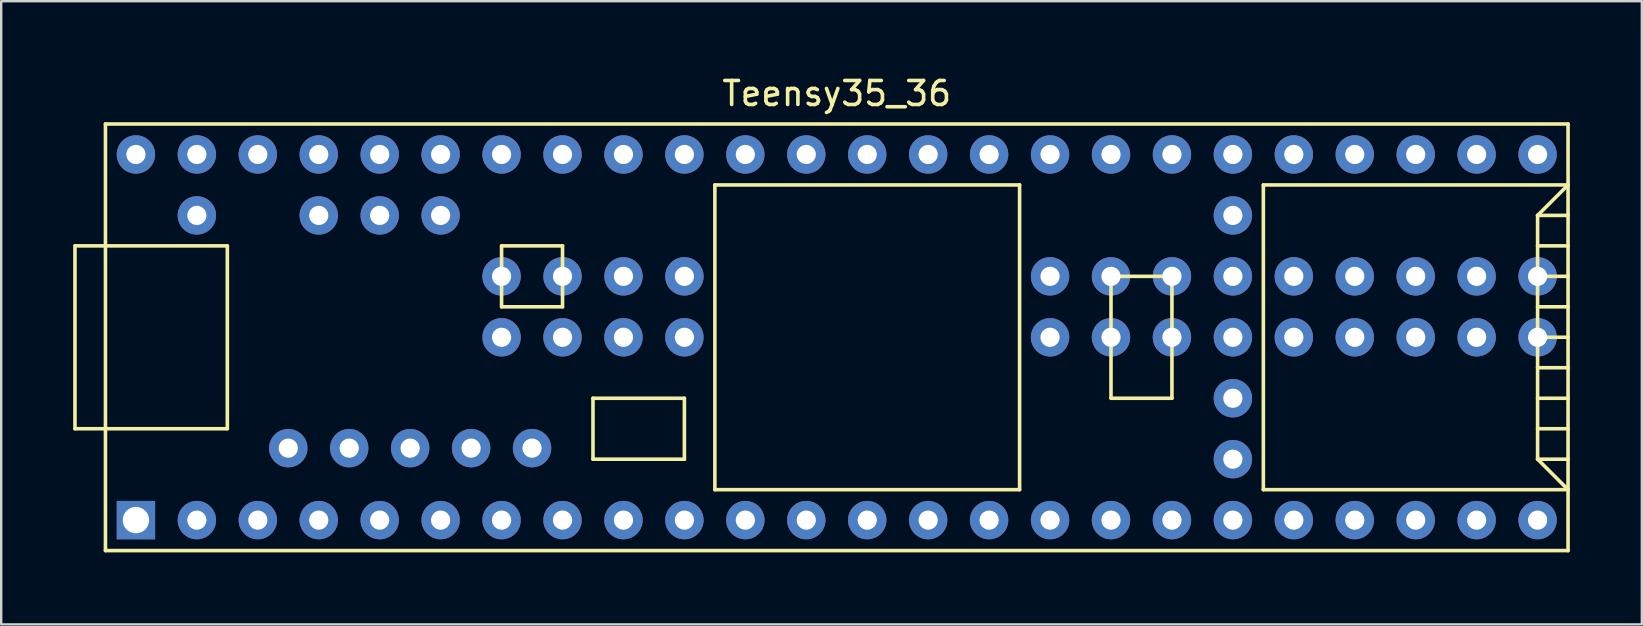
<source format=kicad_pcb>
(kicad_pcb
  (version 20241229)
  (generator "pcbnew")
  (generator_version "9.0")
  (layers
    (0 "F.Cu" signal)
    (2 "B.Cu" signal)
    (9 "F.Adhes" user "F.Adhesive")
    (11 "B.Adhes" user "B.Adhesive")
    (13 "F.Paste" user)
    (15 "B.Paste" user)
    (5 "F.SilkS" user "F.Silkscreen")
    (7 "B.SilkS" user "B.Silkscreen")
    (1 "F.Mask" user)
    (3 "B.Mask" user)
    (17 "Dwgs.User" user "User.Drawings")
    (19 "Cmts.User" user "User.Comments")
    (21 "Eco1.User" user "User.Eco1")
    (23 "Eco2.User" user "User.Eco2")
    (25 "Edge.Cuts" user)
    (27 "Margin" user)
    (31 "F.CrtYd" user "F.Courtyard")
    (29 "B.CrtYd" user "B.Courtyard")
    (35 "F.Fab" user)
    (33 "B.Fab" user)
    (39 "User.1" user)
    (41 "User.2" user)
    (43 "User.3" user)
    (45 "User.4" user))
  (footprint "Teensy35_36"
    (layer "F.Cu")
    (at 31.825 11.008)
    (property "Reference" "Teensy35_36" (at 0 -10.16 0) (layer "F.SilkS") (effects (font (size 1 1) (thickness 0.15))))
    (attr through_hole)
    (fp_line (start -31.75 -3.81) (end -30.48 -3.81) (stroke (width 0.15) (type solid)) (layer "F.SilkS"))
    (fp_line (start -31.75 3.81) (end -31.75 -3.81) (stroke (width 0.15) (type solid)) (layer "F.SilkS"))
    (fp_line (start -30.48 3.81) (end -31.75 3.81) (stroke (width 0.15) (type solid)) (layer "F.SilkS"))
    (fp_line (start -30.48 8.89) (end -30.48 -8.89) (stroke (width 0.15) (type solid)) (layer "F.SilkS"))
    (fp_line (start -30.48 8.89) (end 30.48 8.89) (stroke (width 0.15) (type solid)) (layer "F.SilkS"))
    (fp_line (start -25.4 -3.81) (end -30.48 -3.81) (stroke (width 0.15) (type solid)) (layer "F.SilkS"))
    (fp_line (start -25.4 3.81) (end -30.48 3.81) (stroke (width 0.15) (type solid)) (layer "F.SilkS"))
    (fp_line (start -25.4 3.81) (end -25.4 -3.81) (stroke (width 0.15) (type solid)) (layer "F.SilkS"))
    (fp_line (start -13.97 -3.81) (end -13.97 -1.27) (stroke (width 0.15) (type solid)) (layer "F.SilkS"))
    (fp_line (start -13.97 -1.27) (end -11.43 -1.27) (stroke (width 0.15) (type solid)) (layer "F.SilkS"))
    (fp_line (start -11.43 -3.81) (end -13.97 -3.81) (stroke (width 0.15) (type solid)) (layer "F.SilkS"))
    (fp_line (start -11.43 -1.27) (end -11.43 -3.81) (stroke (width 0.15) (type solid)) (layer "F.SilkS"))
    (fp_line (start -10.16 2.54) (end -6.35 2.54) (stroke (width 0.15) (type solid)) (layer "F.SilkS"))
    (fp_line (start -10.16 5.08) (end -10.16 2.54) (stroke (width 0.15) (type solid)) (layer "F.SilkS"))
    (fp_line (start -6.35 2.54) (end -6.35 5.08) (stroke (width 0.15) (type solid)) (layer "F.SilkS"))
    (fp_line (start -6.35 5.08) (end -10.16 5.08) (stroke (width 0.15) (type solid)) (layer "F.SilkS"))
    (fp_line (start -5.08 -6.35) (end -5.08 6.35) (stroke (width 0.15) (type solid)) (layer "F.SilkS"))
    (fp_line (start -5.08 -6.35) (end 7.62 -6.35) (stroke (width 0.15) (type solid)) (layer "F.SilkS"))
    (fp_line (start -5.08 6.35) (end 7.62 6.35) (stroke (width 0.15) (type solid)) (layer "F.SilkS"))
    (fp_line (start 7.62 6.35) (end 7.62 -6.35) (stroke (width 0.15) (type solid)) (layer "F.SilkS"))
    (fp_line (start 11.43 -2.54) (end 13.97 -2.54) (stroke (width 0.15) (type solid)) (layer "F.SilkS"))
    (fp_line (start 11.43 2.54) (end 11.43 -2.54) (stroke (width 0.15) (type solid)) (layer "F.SilkS"))
    (fp_line (start 13.97 -2.54) (end 13.97 2.54) (stroke (width 0.15) (type solid)) (layer "F.SilkS"))
    (fp_line (start 13.97 2.54) (end 11.43 2.54) (stroke (width 0.15) (type solid)) (layer "F.SilkS"))
    (fp_line (start 17.78 -6.35) (end 17.78 6.35) (stroke (width 0.15) (type solid)) (layer "F.SilkS"))
    (fp_line (start 17.78 6.35) (end 30.48 6.35) (stroke (width 0.15) (type solid)) (layer "F.SilkS"))
    (fp_line (start 29.21 -5.08) (end 30.48 -6.35) (stroke (width 0.15) (type solid)) (layer "F.SilkS"))
    (fp_line (start 29.21 -5.08) (end 30.48 -5.08) (stroke (width 0.15) (type solid)) (layer "F.SilkS"))
    (fp_line (start 29.21 -3.81) (end 30.48 -3.81) (stroke (width 0.15) (type solid)) (layer "F.SilkS"))
    (fp_line (start 29.21 -2.54) (end 30.48 -2.54) (stroke (width 0.15) (type solid)) (layer "F.SilkS"))
    (fp_line (start 29.21 -1.27) (end 30.48 -1.27) (stroke (width 0.15) (type solid)) (layer "F.SilkS"))
    (fp_line (start 29.21 0) (end 30.48 0) (stroke (width 0.15) (type solid)) (layer "F.SilkS"))
    (fp_line (start 29.21 1.27) (end 30.48 1.27) (stroke (width 0.15) (type solid)) (layer "F.SilkS"))
    (fp_line (start 29.21 2.54) (end 30.48 2.54) (stroke (width 0.15) (type solid)) (layer "F.SilkS"))
    (fp_line (start 29.21 3.81) (end 30.48 3.81) (stroke (width 0.15) (type solid)) (layer "F.SilkS"))
    (fp_line (start 29.21 5.08) (end 29.21 -5.08) (stroke (width 0.15) (type solid)) (layer "F.SilkS"))
    (fp_line (start 29.21 5.08) (end 30.48 5.08) (stroke (width 0.15) (type solid)) (layer "F.SilkS"))
    (fp_line (start 30.48 -8.89) (end -30.48 -8.89) (stroke (width 0.15) (type solid)) (layer "F.SilkS"))
    (fp_line (start 30.48 -8.89) (end 30.48 8.89) (stroke (width 0.15) (type solid)) (layer "F.SilkS"))
    (fp_line (start 30.48 -6.35) (end 17.78 -6.35) (stroke (width 0.15) (type solid)) (layer "F.SilkS"))
    (fp_line (start 30.48 6.35) (end 29.21 5.08) (stroke (width 0.15) (type solid)) (layer "F.SilkS"))
    (pad "1" thru_hole rect (at -29.21 7.62) (size 1.6 1.6) (drill 1.1) (layers "*.Cu" "*.Mask"))
    (pad "2" thru_hole circle (at -26.67 7.62) (size 1.6 1.6) (drill 0.8) (layers "*.Cu" "*.Mask"))
    (pad "3" thru_hole circle (at -24.13 7.62) (size 1.6 1.6) (drill 0.8) (layers "*.Cu" "*.Mask"))
    (pad "4" thru_hole circle (at -21.59 7.62) (size 1.6 1.6) (drill 0.8) (layers "*.Cu" "*.Mask"))
    (pad "5" thru_hole circle (at -19.05 7.62) (size 1.6 1.6) (drill 0.8) (layers "*.Cu" "*.Mask"))
    (pad "6" thru_hole circle (at -16.51 7.62) (size 1.6 1.6) (drill 0.8) (layers "*.Cu" "*.Mask"))
    (pad "7" thru_hole circle (at -13.97 7.62) (size 1.6 1.6) (drill 0.8) (layers "*.Cu" "*.Mask"))
    (pad "8" thru_hole circle (at -11.43 7.62) (size 1.6 1.6) (drill 0.8) (layers "*.Cu" "*.Mask"))
    (pad "9" thru_hole circle (at -8.89 7.62) (size 1.6 1.6) (drill 0.8) (layers "*.Cu" "*.Mask"))
    (pad "10" thru_hole circle (at -6.35 7.62) (size 1.6 1.6) (drill 0.8) (layers "*.Cu" "*.Mask"))
    (pad "11" thru_hole circle (at -3.81 7.62) (size 1.6 1.6) (drill 0.8) (layers "*.Cu" "*.Mask"))
    (pad "12" thru_hole circle (at -1.27 7.62) (size 1.6 1.6) (drill 0.8) (layers "*.Cu" "*.Mask"))
    (pad "13" thru_hole circle (at 1.27 7.62) (size 1.6 1.6) (drill 0.8) (layers "*.Cu" "*.Mask"))
    (pad "14" thru_hole circle (at 3.81 7.62) (size 1.6 1.6) (drill 0.8) (layers "*.Cu" "*.Mask"))
    (pad "15" thru_hole circle (at 6.35 7.62) (size 1.6 1.6) (drill 0.8) (layers "*.Cu" "*.Mask"))
    (pad "16" thru_hole circle (at 8.89 7.62) (size 1.6 1.6) (drill 0.8) (layers "*.Cu" "*.Mask"))
    (pad "17" thru_hole circle (at 11.43 7.62) (size 1.6 1.6) (drill 0.8) (layers "*.Cu" "*.Mask"))
    (pad "18" thru_hole circle (at 13.97 7.62) (size 1.6 1.6) (drill 0.8) (layers "*.Cu" "*.Mask"))
    (pad "19" thru_hole circle (at 16.51 7.62) (size 1.6 1.6) (drill 0.8) (layers "*.Cu" "*.Mask"))
    (pad "20" thru_hole circle (at 19.05 7.62) (size 1.6 1.6) (drill 0.8) (layers "*.Cu" "*.Mask"))
    (pad "21" thru_hole circle (at 21.59 7.62) (size 1.6 1.6) (drill 0.8) (layers "*.Cu" "*.Mask"))
    (pad "22" thru_hole circle (at 24.13 7.62) (size 1.6 1.6) (drill 0.8) (layers "*.Cu" "*.Mask"))
    (pad "23" thru_hole circle (at 26.67 7.62) (size 1.6 1.6) (drill 0.8) (layers "*.Cu" "*.Mask"))
    (pad "24" thru_hole circle (at 29.21 7.62) (size 1.6 1.6) (drill 0.8) (layers "*.Cu" "*.Mask"))
    (pad "25" thru_hole circle (at 16.51 5.08) (size 1.6 1.6) (drill 0.8) (layers "*.Cu" "*.Mask"))
    (pad "26" thru_hole circle (at 16.51 2.54) (size 1.6 1.6) (drill 0.8) (layers "*.Cu" "*.Mask"))
    (pad "27" thru_hole circle (at 16.51 0) (size 1.6 1.6) (drill 0.8) (layers "*.Cu" "*.Mask"))
    (pad "28" thru_hole circle (at 16.51 -2.54) (size 1.6 1.6) (drill 0.8) (layers "*.Cu" "*.Mask"))
    (pad "29" thru_hole circle (at 16.51 -5.08) (size 1.6 1.6) (drill 0.8) (layers "*.Cu" "*.Mask"))
    (pad "30" thru_hole circle (at 29.21 -7.62) (size 1.6 1.6) (drill 0.8) (layers "*.Cu" "*.Mask"))
    (pad "31" thru_hole circle (at 26.67 -7.62) (size 1.6 1.6) (drill 0.8) (layers "*.Cu" "*.Mask"))
    (pad "32" thru_hole circle (at 24.13 -7.62) (size 1.6 1.6) (drill 0.8) (layers "*.Cu" "*.Mask"))
    (pad "33" thru_hole circle (at 21.59 -7.62) (size 1.6 1.6) (drill 0.8) (layers "*.Cu" "*.Mask"))
    (pad "34" thru_hole circle (at 19.05 -7.62) (size 1.6 1.6) (drill 0.8) (layers "*.Cu" "*.Mask"))
    (pad "35" thru_hole circle (at 16.51 -7.62) (size 1.6 1.6) (drill 0.8) (layers "*.Cu" "*.Mask"))
    (pad "36" thru_hole circle (at 13.97 -7.62) (size 1.6 1.6) (drill 0.8) (layers "*.Cu" "*.Mask"))
    (pad "37" thru_hole circle (at 11.43 -7.62) (size 1.6 1.6) (drill 0.8) (layers "*.Cu" "*.Mask"))
    (pad "38" thru_hole circle (at 8.89 -7.62) (size 1.6 1.6) (drill 0.8) (layers "*.Cu" "*.Mask"))
    (pad "39" thru_hole circle (at 6.35 -7.62) (size 1.6 1.6) (drill 0.8) (layers "*.Cu" "*.Mask"))
    (pad "40" thru_hole circle (at 3.81 -7.62) (size 1.6 1.6) (drill 0.8) (layers "*.Cu" "*.Mask"))
    (pad "41" thru_hole circle (at 1.27 -7.62) (size 1.6 1.6) (drill 0.8) (layers "*.Cu" "*.Mask"))
    (pad "42" thru_hole circle (at -1.27 -7.62) (size 1.6 1.6) (drill 0.8) (layers "*.Cu" "*.Mask"))
    (pad "43" thru_hole circle (at -3.81 -7.62) (size 1.6 1.6) (drill 0.8) (layers "*.Cu" "*.Mask"))
    (pad "44" thru_hole circle (at -6.35 -7.62) (size 1.6 1.6) (drill 0.8) (layers "*.Cu" "*.Mask"))
    (pad "45" thru_hole circle (at -8.89 -7.62) (size 1.6 1.6) (drill 0.8) (layers "*.Cu" "*.Mask"))
    (pad "46" thru_hole circle (at -11.43 -7.62) (size 1.6 1.6) (drill 0.8) (layers "*.Cu" "*.Mask"))
    (pad "47" thru_hole circle (at -13.97 -7.62) (size 1.6 1.6) (drill 0.8) (layers "*.Cu" "*.Mask"))
    (pad "48" thru_hole circle (at -16.51 -7.62) (size 1.6 1.6) (drill 0.8) (layers "*.Cu" "*.Mask"))
    (pad "49" thru_hole circle (at -19.05 -7.62) (size 1.6 1.6) (drill 0.8) (layers "*.Cu" "*.Mask"))
    (pad "50" thru_hole circle (at -21.59 -7.62) (size 1.6 1.6) (drill 0.8) (layers "*.Cu" "*.Mask"))
    (pad "51" thru_hole circle (at -24.13 -7.62) (size 1.6 1.6) (drill 0.8) (layers "*.Cu" "*.Mask"))
    (pad "52" thru_hole circle (at -26.67 -7.62) (size 1.6 1.6) (drill 0.8) (layers "*.Cu" "*.Mask"))
    (pad "53" thru_hole circle (at -29.21 -7.62) (size 1.6 1.6) (drill 0.8) (layers "*.Cu" "*.Mask"))
    (pad "54" thru_hole circle (at -26.67 -5.08) (size 1.6 1.6) (drill 0.8) (layers "*.Cu" "*.Mask"))
    (pad "55" thru_hole circle (at -21.59 -5.08) (size 1.6 1.6) (drill 0.8) (layers "*.Cu" "*.Mask"))
    (pad "56" thru_hole circle (at -19.05 -5.08) (size 1.6 1.6) (drill 0.8) (layers "*.Cu" "*.Mask"))
    (pad "57" thru_hole circle (at -16.51 -5.08) (size 1.6 1.6) (drill 0.8) (layers "*.Cu" "*.Mask"))
    (pad "58" thru_hole circle (at -22.86 4.62) (size 1.6 1.6) (drill 0.8) (layers "*.Cu" "*.Mask"))
    (pad "59" thru_hole circle (at -20.32 4.62) (size 1.6 1.6) (drill 0.8) (layers "*.Cu" "*.Mask"))
    (pad "60" thru_hole circle (at -17.78 4.62) (size 1.6 1.6) (drill 0.8) (layers "*.Cu" "*.Mask"))
    (pad "61" thru_hole circle (at -15.24 4.62) (size 1.6 1.6) (drill 0.8) (layers "*.Cu" "*.Mask"))
    (pad "62" thru_hole circle (at -12.7 4.62) (size 1.6 1.6) (drill 0.8) (layers "*.Cu" "*.Mask"))
    (pad "63" thru_hole circle (at -13.97 0) (size 1.6 1.6) (drill 0.8) (layers "*.Cu" "*.Mask"))
    (pad "64" thru_hole circle (at -11.43 0) (size 1.6 1.6) (drill 0.8) (layers "*.Cu" "*.Mask"))
    (pad "65" thru_hole circle (at -8.89 0) (size 1.6 1.6) (drill 0.8) (layers "*.Cu" "*.Mask"))
    (pad "66" thru_hole circle (at -6.35 0) (size 1.6 1.6) (drill 0.8) (layers "*.Cu" "*.Mask"))
    (pad "67" thru_hole circle (at 8.89 0) (size 1.6 1.6) (drill 0.8) (layers "*.Cu" "*.Mask"))
    (pad "68" thru_hole circle (at 11.43 0) (size 1.6 1.6) (drill 0.8) (layers "*.Cu" "*.Mask"))
    (pad "69" thru_hole circle (at 13.97 0) (size 1.6 1.6) (drill 0.8) (layers "*.Cu" "*.Mask"))
    (pad "70" thru_hole circle (at 19.05 0) (size 1.6 1.6) (drill 0.8) (layers "*.Cu" "*.Mask"))
    (pad "71" thru_hole circle (at 21.59 0) (size 1.6 1.6) (drill 0.8) (layers "*.Cu" "*.Mask"))
    (pad "72" thru_hole circle (at 24.13 0) (size 1.6 1.6) (drill 0.8) (layers "*.Cu" "*.Mask"))
    (pad "73" thru_hole circle (at 26.67 0) (size 1.6 1.6) (drill 0.8) (layers "*.Cu" "*.Mask"))
    (pad "74" thru_hole circle (at 29.21 0) (size 1.6 1.6) (drill 0.8) (layers "*.Cu" "*.Mask"))
    (pad "75" thru_hole circle (at 29.21 -2.54) (size 1.6 1.6) (drill 0.8) (layers "*.Cu" "*.Mask"))
    (pad "76" thru_hole circle (at 26.67 -2.54) (size 1.6 1.6) (drill 0.8) (layers "*.Cu" "*.Mask"))
    (pad "77" thru_hole circle (at 24.13 -2.54) (size 1.6 1.6) (drill 0.8) (layers "*.Cu" "*.Mask"))
    (pad "78" thru_hole circle (at 21.59 -2.54) (size 1.6 1.6) (drill 0.8) (layers "*.Cu" "*.Mask"))
    (pad "79" thru_hole circle (at 19.05 -2.54) (size 1.6 1.6) (drill 0.8) (layers "*.Cu" "*.Mask"))
    (pad "80" thru_hole circle (at 13.97 -2.54) (size 1.6 1.6) (drill 0.8) (layers "*.Cu" "*.Mask"))
    (pad "81" thru_hole circle (at 11.43 -2.54) (size 1.6 1.6) (drill 0.8) (layers "*.Cu" "*.Mask"))
    (pad "82" thru_hole circle (at 8.89 -2.54) (size 1.6 1.6) (drill 0.8) (layers "*.Cu" "*.Mask"))
    (pad "83" thru_hole circle (at -6.35 -2.54) (size 1.6 1.6) (drill 0.8) (layers "*.Cu" "*.Mask"))
    (pad "84" thru_hole circle (at -8.89 -2.54) (size 1.6 1.6) (drill 0.8) (layers "*.Cu" "*.Mask"))
    (pad "85" thru_hole circle (at -11.43 -2.54) (size 1.6 1.6) (drill 0.8) (layers "*.Cu" "*.Mask"))
    (pad "86" thru_hole circle (at -13.97 -2.54) (size 1.6 1.6) (drill 0.8) (layers "*.Cu" "*.Mask")))
  (gr_rect
    (start -3 -3)
    (end 65.38 22.973)
    (stroke (width 0.1) (type default))
    (fill no)
    (layer "Edge.Cuts")))
</source>
